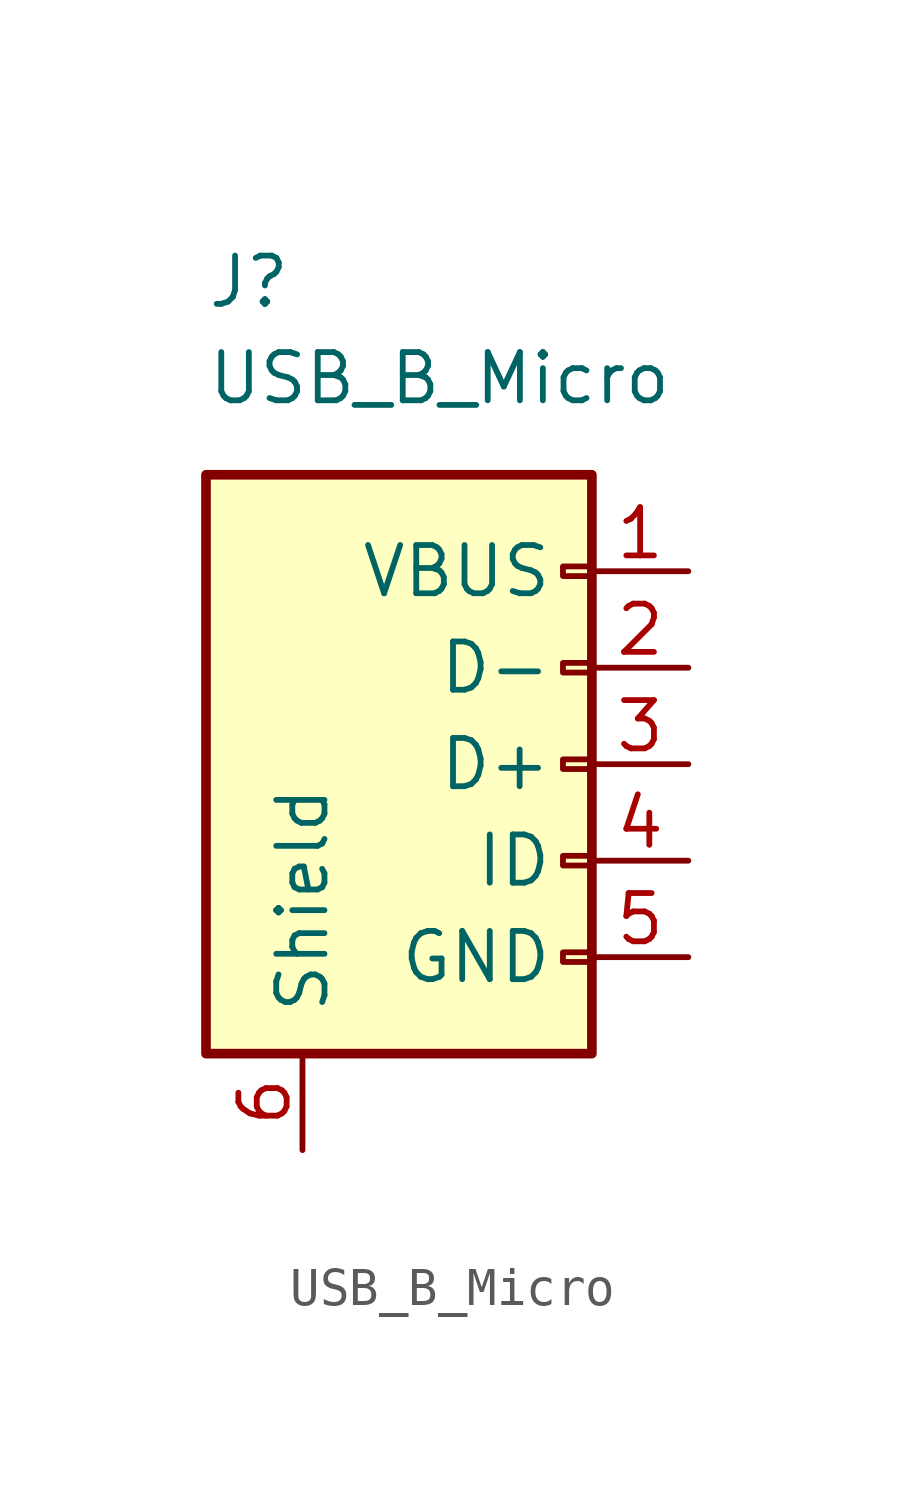
<source format=kicad_sym>
(kicad_symbol_lib
  (version 20231120)
  (generator "kicad_symbol_editor")
  (generator_version "8.0")
  (symbol "USB_B_Micro"
    (pin_names
      (offset 1.016))
    (property "Reference" "J"
      (at -5.08 12.7 0)
      (effects (font (size 1.27 1.27)) (justify left)))
    (property "Value" "USB_B_Micro"
      (at -5.08 10.16 0)
      (effects (font (size 1.27 1.27)) (justify left)))
    (symbol "USB_B_Micro_0_1"
      (rectangle (start -5.08 -7.62) (end 5.08 7.62) (stroke (width 0.254) (type solid)) (fill (type background)))
      (rectangle (start 5.08 -5.207) (end 4.318 -4.953) (stroke (width 0) (type solid)) (fill (type none)))
      (rectangle (start 5.08 -2.667) (end 4.318 -2.413) (stroke (width 0) (type solid)) (fill (type none)))
      (rectangle (start 5.08 -0.127) (end 4.318 0.127) (stroke (width 0) (type solid)) (fill (type none)))
      (rectangle (start 5.08 2.413) (end 4.318 2.667) (stroke (width 0) (type solid)) (fill (type none)))
      (rectangle (start 5.08 4.953) (end 4.318 5.207) (stroke (width 0) (type solid)) (fill (type none))))
    (symbol "USB_B_Micro_1_1"
      (pin power_out line (at 7.62 5.08 180) (length 2.54) (name "VBUS" (effects (font (size 1.27 1.27)))) (number "1" (effects (font (size 1.27 1.27)))))
      (pin passive line (at 7.62 2.54 180) (length 2.54) (name "D-" (effects (font (size 1.27 1.27)))) (number "2" (effects (font (size 1.27 1.27)))))
      (pin passive line (at 7.62 0 180) (length 2.54) (name "D+" (effects (font (size 1.27 1.27)))) (number "3" (effects (font (size 1.27 1.27)))))
      (pin passive line (at 7.62 -2.54 180) (length 2.54) (name "ID" (effects (font (size 1.27 1.27)))) (number "4" (effects (font (size 1.27 1.27)))))
      (pin power_out line (at 7.62 -5.08 180) (length 2.54) (name "GND" (effects (font (size 1.27 1.27)))) (number "5" (effects (font (size 1.27 1.27)))))
      (pin passive line (at -2.54 -10.16 90) (length 2.54) (name "Shield" (effects (font (size 1.27 1.27)))) (number "6" (effects (font (size 1.27 1.27))))))))
</source>
